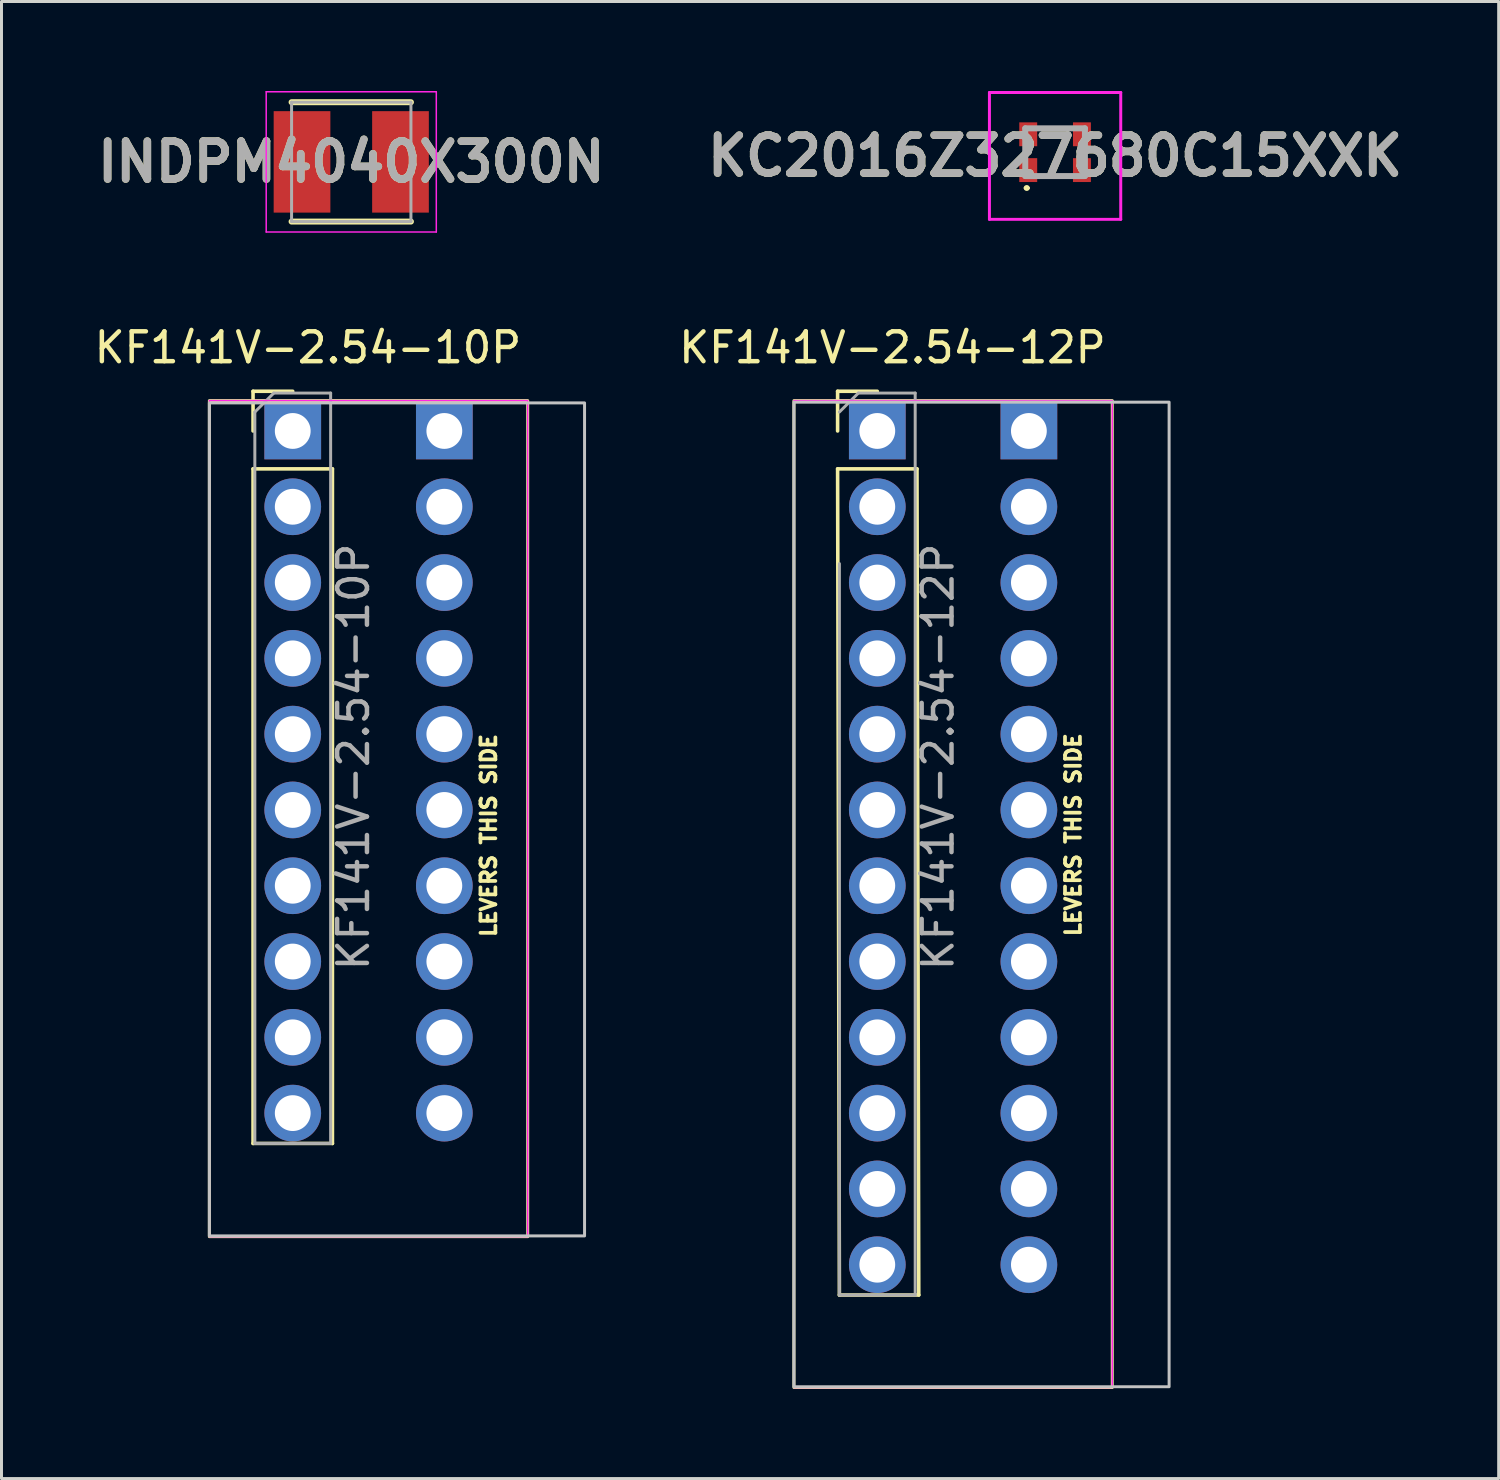
<source format=kicad_pcb>
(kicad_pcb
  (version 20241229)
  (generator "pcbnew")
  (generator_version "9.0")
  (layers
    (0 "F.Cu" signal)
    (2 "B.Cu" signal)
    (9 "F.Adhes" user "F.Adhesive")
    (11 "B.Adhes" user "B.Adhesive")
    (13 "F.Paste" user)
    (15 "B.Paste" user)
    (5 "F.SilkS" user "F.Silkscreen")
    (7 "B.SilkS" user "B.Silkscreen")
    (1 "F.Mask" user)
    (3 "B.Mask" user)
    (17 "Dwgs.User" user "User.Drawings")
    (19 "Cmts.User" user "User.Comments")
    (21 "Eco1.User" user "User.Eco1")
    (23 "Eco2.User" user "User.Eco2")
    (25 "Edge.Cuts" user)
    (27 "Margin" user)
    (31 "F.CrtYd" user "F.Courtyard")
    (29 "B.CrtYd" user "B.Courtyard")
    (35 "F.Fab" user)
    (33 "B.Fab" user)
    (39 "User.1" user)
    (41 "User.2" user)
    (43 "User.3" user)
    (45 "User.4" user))
  (footprint "KF141V-2.54-10P"
    (layer "F.Cu")
    (at 6.76 11.392)
    (property "Reference" "KF141V-2.54-10P" (at 0.508 -2.794 0) (layer "F.SilkS") (effects (font (size 1 1) (thickness 0.15))))
    (attr through_hole)
    (fp_line (start -1.33 -1.33) (end 0 -1.33) (stroke (width 0.12) (type solid)) (layer "F.SilkS"))
    (fp_line (start -1.33 0) (end -1.33 -1.33) (stroke (width 0.12) (type solid)) (layer "F.SilkS"))
    (fp_line (start -1.33 1.27) (end -1.33 23.876) (stroke (width 0.12) (type solid)) (layer "F.SilkS"))
    (fp_line (start -1.33 1.27) (end 1.33 1.27) (stroke (width 0.12) (type solid)) (layer "F.SilkS"))
    (fp_line (start -1.33 23.876) (end 1.33 23.876) (stroke (width 0.12) (type solid)) (layer "F.SilkS"))
    (fp_line (start 1.33 1.27) (end 1.33 23.876) (stroke (width 0.12) (type solid)) (layer "F.SilkS"))
    (fp_rect (start -2.794 -1.016) (end 7.874 27) (stroke (width 0.1) (type default)) (fill no) (layer "F.SilkS"))
    (fp_rect (start -2.794 -0.94) (end 9.779 26.975) (stroke (width 0.1) (type default)) (fill no) (layer "Dwgs.User"))
    (fp_rect (start -2.794 -1.016) (end 7.874 27) (stroke (width 0.05) (type default)) (fill no) (layer "F.CrtYd"))
    (fp_line (start -1.27 -0.635) (end -0.635 -1.27) (stroke (width 0.1) (type solid)) (layer "F.Fab"))
    (fp_line (start -1.27 23.876) (end -1.27 -0.635) (stroke (width 0.1) (type solid)) (layer "F.Fab"))
    (fp_line (start -0.635 -1.27) (end 1.27 -1.27) (stroke (width 0.1) (type solid)) (layer "F.Fab"))
    (fp_line (start 1.27 -1.27) (end 1.27 23.876) (stroke (width 0.1) (type solid)) (layer "F.Fab"))
    (fp_line (start 1.27 23.876) (end -1.27 23.876) (stroke (width 0.1) (type solid)) (layer "F.Fab"))
    (fp_text user "LEVERS THIS SIDE" (at 6.858 17.018 90) (unlocked yes) (layer "F.SilkS") (effects (font (size 0.5 0.5) (thickness 0.125)) (justify left bottom)))
    (fp_text user "${REFERENCE}" (at 2.032 10.922 90) (layer "F.Fab") (effects (font (size 1 1) (thickness 0.15))))
    (pad "1" thru_hole rect (at 0 0) (size 1.9 1.9) (drill 1.2) (layers "*.Cu" "*.Mask"))
    (pad "1" thru_hole rect (at 5.08 0) (size 1.9 1.9) (drill 1.2) (layers "*.Cu" "*.Mask"))
    (pad "2" thru_hole oval (at 0 2.54) (size 1.9 1.9) (drill 1.2) (layers "*.Cu" "*.Mask"))
    (pad "2" thru_hole oval (at 5.08 2.54) (size 1.9 1.9) (drill 1.2) (layers "*.Cu" "*.Mask"))
    (pad "3" thru_hole oval (at 0 5.08) (size 1.9 1.9) (drill 1.2) (layers "*.Cu" "*.Mask"))
    (pad "3" thru_hole oval (at 5.08 5.08) (size 1.9 1.9) (drill 1.2) (layers "*.Cu" "*.Mask"))
    (pad "4" thru_hole oval (at 0 7.62) (size 1.9 1.9) (drill 1.2) (layers "*.Cu" "*.Mask"))
    (pad "4" thru_hole oval (at 5.08 7.62) (size 1.9 1.9) (drill 1.2) (layers "*.Cu" "*.Mask"))
    (pad "5" thru_hole oval (at 0 10.16) (size 1.9 1.9) (drill 1.2) (layers "*.Cu" "*.Mask"))
    (pad "5" thru_hole oval (at 5.08 10.16) (size 1.9 1.9) (drill 1.2) (layers "*.Cu" "*.Mask"))
    (pad "6" thru_hole oval (at 0 12.7) (size 1.9 1.9) (drill 1.2) (layers "*.Cu" "*.Mask"))
    (pad "6" thru_hole oval (at 5.08 12.7) (size 1.9 1.9) (drill 1.2) (layers "*.Cu" "*.Mask"))
    (pad "7" thru_hole oval (at 0 15.24) (size 1.9 1.9) (drill 1.2) (layers "*.Cu" "*.Mask"))
    (pad "7" thru_hole oval (at 5.08 15.24) (size 1.9 1.9) (drill 1.2) (layers "*.Cu" "*.Mask"))
    (pad "8" thru_hole oval (at 0 17.78) (size 1.9 1.9) (drill 1.2) (layers "*.Cu" "*.Mask"))
    (pad "8" thru_hole oval (at 5.08 17.78) (size 1.9 1.9) (drill 1.2) (layers "*.Cu" "*.Mask"))
    (pad "9" thru_hole oval (at 0 20.32) (size 1.9 1.9) (drill 1.2) (layers "*.Cu" "*.Mask"))
    (pad "9" thru_hole oval (at 5.08 20.32) (size 1.9 1.9) (drill 1.2) (layers "*.Cu" "*.Mask"))
    (pad "10" thru_hole oval (at 0 22.86) (size 1.9 1.9) (drill 1.2) (layers "*.Cu" "*.Mask"))
    (pad "10" thru_hole oval (at 5.08 22.86) (size 1.9 1.9) (drill 1.2) (layers "*.Cu" "*.Mask")))
  (footprint "KF141V-2.54-12P"
    (layer "F.Cu")
    (at 26.349 11.392)
    (property "Reference" "KF141V-2.54-12P" (at 0.508 -2.794 0) (layer "F.SilkS") (effects (font (size 1 1) (thickness 0.15))))
    (attr through_hole)
    (fp_line (start -1.33 -1.33) (end 0 -1.33) (stroke (width 0.12) (type solid)) (layer "F.SilkS"))
    (fp_line (start -1.33 0) (end -1.33 -1.33) (stroke (width 0.12) (type solid)) (layer "F.SilkS"))
    (fp_line (start -1.33 1.27) (end -1.27 28.956) (stroke (width 0.12) (type solid)) (layer "F.SilkS"))
    (fp_line (start -1.33 1.27) (end 1.33 1.27) (stroke (width 0.12) (type solid)) (layer "F.SilkS"))
    (fp_line (start -1.27 28.956) (end 1.39 28.956) (stroke (width 0.12) (type solid)) (layer "F.SilkS"))
    (fp_line (start 1.33 1.27) (end 1.39 28.956) (stroke (width 0.12) (type solid)) (layer "F.SilkS"))
    (fp_rect (start -2.794 -1.016) (end 7.874 32.055) (stroke (width 0.1) (type default)) (fill no) (layer "F.SilkS"))
    (fp_rect (start -2.794 -0.965) (end 9.779 32.029) (stroke (width 0.1) (type default)) (fill no) (layer "Dwgs.User"))
    (fp_rect (start -2.794 -1.016) (end 7.874 32.055) (stroke (width 0.05) (type default)) (fill no) (layer "F.CrtYd"))
    (fp_line (start -1.27 -0.635) (end -0.635 -1.27) (stroke (width 0.1) (type solid)) (layer "F.Fab"))
    (fp_line (start -1.27 28.956) (end -1.27 4.445) (stroke (width 0.1) (type solid)) (layer "F.Fab"))
    (fp_line (start -0.635 -1.27) (end 1.27 -1.27) (stroke (width 0.1) (type solid)) (layer "F.Fab"))
    (fp_line (start 1.27 -1.27) (end 1.27 28.956) (stroke (width 0.1) (type solid)) (layer "F.Fab"))
    (fp_line (start 1.27 28.956) (end -1.27 28.956) (stroke (width 0.1) (type solid)) (layer "F.Fab"))
    (fp_text user "LEVERS THIS SIDE" (at 6.858 16.993 90) (unlocked yes) (layer "F.SilkS") (effects (font (size 0.5 0.5) (thickness 0.125)) (justify left bottom)))
    (fp_text user "${REFERENCE}" (at 2.032 10.922 90) (layer "F.Fab") (effects (font (size 1 1) (thickness 0.15))))
    (pad "1" thru_hole rect (at 0 0) (size 1.9 1.9) (drill 1.2) (layers "*.Cu" "*.Mask"))
    (pad "1" thru_hole rect (at 5.08 0) (size 1.9 1.9) (drill 1.2) (layers "*.Cu" "*.Mask"))
    (pad "2" thru_hole oval (at 0 2.54) (size 1.9 1.9) (drill 1.2) (layers "*.Cu" "*.Mask"))
    (pad "2" thru_hole oval (at 5.08 2.54) (size 1.9 1.9) (drill 1.2) (layers "*.Cu" "*.Mask"))
    (pad "3" thru_hole oval (at 0 5.08) (size 1.9 1.9) (drill 1.2) (layers "*.Cu" "*.Mask"))
    (pad "3" thru_hole oval (at 5.08 5.08) (size 1.9 1.9) (drill 1.2) (layers "*.Cu" "*.Mask"))
    (pad "4" thru_hole oval (at 0 7.62) (size 1.9 1.9) (drill 1.2) (layers "*.Cu" "*.Mask"))
    (pad "4" thru_hole oval (at 5.08 7.62) (size 1.9 1.9) (drill 1.2) (layers "*.Cu" "*.Mask"))
    (pad "5" thru_hole oval (at 0 10.16) (size 1.9 1.9) (drill 1.2) (layers "*.Cu" "*.Mask"))
    (pad "5" thru_hole oval (at 5.08 10.16) (size 1.9 1.9) (drill 1.2) (layers "*.Cu" "*.Mask"))
    (pad "6" thru_hole oval (at 0 12.7) (size 1.9 1.9) (drill 1.2) (layers "*.Cu" "*.Mask"))
    (pad "6" thru_hole oval (at 5.08 12.7) (size 1.9 1.9) (drill 1.2) (layers "*.Cu" "*.Mask"))
    (pad "7" thru_hole oval (at 0 15.24) (size 1.9 1.9) (drill 1.2) (layers "*.Cu" "*.Mask"))
    (pad "7" thru_hole oval (at 5.08 15.24) (size 1.9 1.9) (drill 1.2) (layers "*.Cu" "*.Mask"))
    (pad "8" thru_hole oval (at 0 17.78) (size 1.9 1.9) (drill 1.2) (layers "*.Cu" "*.Mask"))
    (pad "8" thru_hole oval (at 5.08 17.78) (size 1.9 1.9) (drill 1.2) (layers "*.Cu" "*.Mask"))
    (pad "9" thru_hole oval (at 0 20.32) (size 1.9 1.9) (drill 1.2) (layers "*.Cu" "*.Mask"))
    (pad "9" thru_hole oval (at 5.08 20.32) (size 1.9 1.9) (drill 1.2) (layers "*.Cu" "*.Mask"))
    (pad "10" thru_hole oval (at 0 22.86) (size 1.9 1.9) (drill 1.2) (layers "*.Cu" "*.Mask"))
    (pad "10" thru_hole oval (at 5.08 22.86) (size 1.9 1.9) (drill 1.2) (layers "*.Cu" "*.Mask"))
    (pad "11" thru_hole oval (at 0 25.4) (size 1.9 1.9) (drill 1.2) (layers "*.Cu" "*.Mask"))
    (pad "11" thru_hole oval (at 5.08 25.4) (size 1.9 1.9) (drill 1.2) (layers "*.Cu" "*.Mask"))
    (pad "12" thru_hole oval (at 0 27.94) (size 1.9 1.9) (drill 1.2) (layers "*.Cu" "*.Mask"))
    (pad "12" thru_hole oval (at 5.08 27.94) (size 1.9 1.9) (drill 1.2) (layers "*.Cu" "*.Mask")))
  (footprint "INDPM4040X300N"
    (layer "F.Cu")
    (at 8.721 2.375)
    (property "Reference" "INDPM4040X300N" (at 0 0 0) (layer "F.SilkS") (effects (font (size 1.27 1.27) (thickness 0.254))))
    (attr smd)
    (fp_line (start -2 2) (end 2 2) (stroke (width 0.2) (type solid)) (layer "F.SilkS"))
    (fp_line (start 2 -2) (end -2 -2) (stroke (width 0.2) (type solid)) (layer "F.SilkS"))
    (fp_line (start -2.85 -2.35) (end 2.85 -2.35) (stroke (width 0.05) (type solid)) (layer "F.CrtYd"))
    (fp_line (start -2.85 2.35) (end -2.85 -2.35) (stroke (width 0.05) (type solid)) (layer "F.CrtYd"))
    (fp_line (start 2.85 -2.35) (end 2.85 2.35) (stroke (width 0.05) (type solid)) (layer "F.CrtYd"))
    (fp_line (start 2.85 2.35) (end -2.85 2.35) (stroke (width 0.05) (type solid)) (layer "F.CrtYd"))
    (fp_line (start -2 -2) (end 2 -2) (stroke (width 0.1) (type solid)) (layer "F.Fab"))
    (fp_line (start -2 2) (end -2 -2) (stroke (width 0.1) (type solid)) (layer "F.Fab"))
    (fp_line (start 2 -2) (end 2 2) (stroke (width 0.1) (type solid)) (layer "F.Fab"))
    (fp_line (start 2 2) (end -2 2) (stroke (width 0.1) (type solid)) (layer "F.Fab"))
    (fp_text user "${REFERENCE}" (at 0 0 0) (layer "F.Fab") (effects (font (size 1.27 1.27) (thickness 0.254))))
    (pad "1" smd rect (at -1.65 0) (size 1.9 3.4) (layers "F.Cu" "F.Mask" "F.Paste"))
    (pad "2" smd rect (at 1.65 0) (size 1.9 3.4) (layers "F.Cu" "F.Mask" "F.Paste")))
  (footprint "KC2016Z327680C15XXK"
    (layer "F.Cu")
    (at 32.307 2.05)
    (property "Reference" "KC2016Z327680C15XXK" (at 0 0.125 0) (layer "F.SilkS") (effects (font (size 1.27 1.27) (thickness 0.254))))
    (attr smd)
    (fp_line (start -1 1.2) (end -1 1.2) (stroke (width 0.1) (type solid)) (layer "F.SilkS"))
    (fp_line (start -0.9 1.2) (end -0.9 1.2) (stroke (width 0.1) (type solid)) (layer "F.SilkS"))
    (fp_line (start -0.2 -0.8) (end 0.2 -0.8) (stroke (width 0.1) (type solid)) (layer "F.SilkS"))
    (fp_line (start -0.2 0.8) (end 0.2 0.8) (stroke (width 0.1) (type solid)) (layer "F.SilkS"))
    (fp_arc (start -1 1.2) (mid -0.95 1.15) (end -0.9 1.2) (stroke (width 0.1) (type solid)) (layer "F.SilkS"))
    (fp_arc (start -0.9 1.2) (mid -0.95 1.25) (end -1 1.2) (stroke (width 0.1) (type solid)) (layer "F.SilkS"))
    (fp_line (start -2.2 -2) (end 2.2 -2) (stroke (width 0.1) (type solid)) (layer "F.CrtYd"))
    (fp_line (start -2.2 2.25) (end -2.2 -2) (stroke (width 0.1) (type solid)) (layer "F.CrtYd"))
    (fp_line (start 2.2 -2) (end 2.2 2.25) (stroke (width 0.1) (type solid)) (layer "F.CrtYd"))
    (fp_line (start 2.2 2.25) (end -2.2 2.25) (stroke (width 0.1) (type solid)) (layer "F.CrtYd"))
    (fp_line (start -1 -0.8) (end 1 -0.8) (stroke (width 0.2) (type solid)) (layer "F.Fab"))
    (fp_line (start -1 0.8) (end -1 -0.8) (stroke (width 0.2) (type solid)) (layer "F.Fab"))
    (fp_line (start 1 -0.8) (end 1 0.8) (stroke (width 0.2) (type solid)) (layer "F.Fab"))
    (fp_line (start 1 0.8) (end -1 0.8) (stroke (width 0.2) (type solid)) (layer "F.Fab"))
    (fp_text user "${REFERENCE}" (at 0 0.125 0) (layer "F.Fab") (effects (font (size 1.27 1.27) (thickness 0.254))))
    (pad "1" smd rect (at -0.9 0.6) (size 0.6 0.8) (layers "F.Cu" "F.Mask" "F.Paste"))
    (pad "2" smd rect (at 0.9 0.6) (size 0.6 0.8) (layers "F.Cu" "F.Mask" "F.Paste"))
    (pad "3" smd rect (at 0.9 -0.6) (size 0.6 0.8) (layers "F.Cu" "F.Mask" "F.Paste"))
    (pad "4" smd rect (at -0.9 -0.6) (size 0.6 0.8) (layers "F.Cu" "F.Mask" "F.Paste")))
  (gr_rect
    (start -3 -3)
    (end 47.172 46.497)
    (stroke (width 0.1) (type default))
    (fill no)
    (layer "Edge.Cuts")))
</source>
